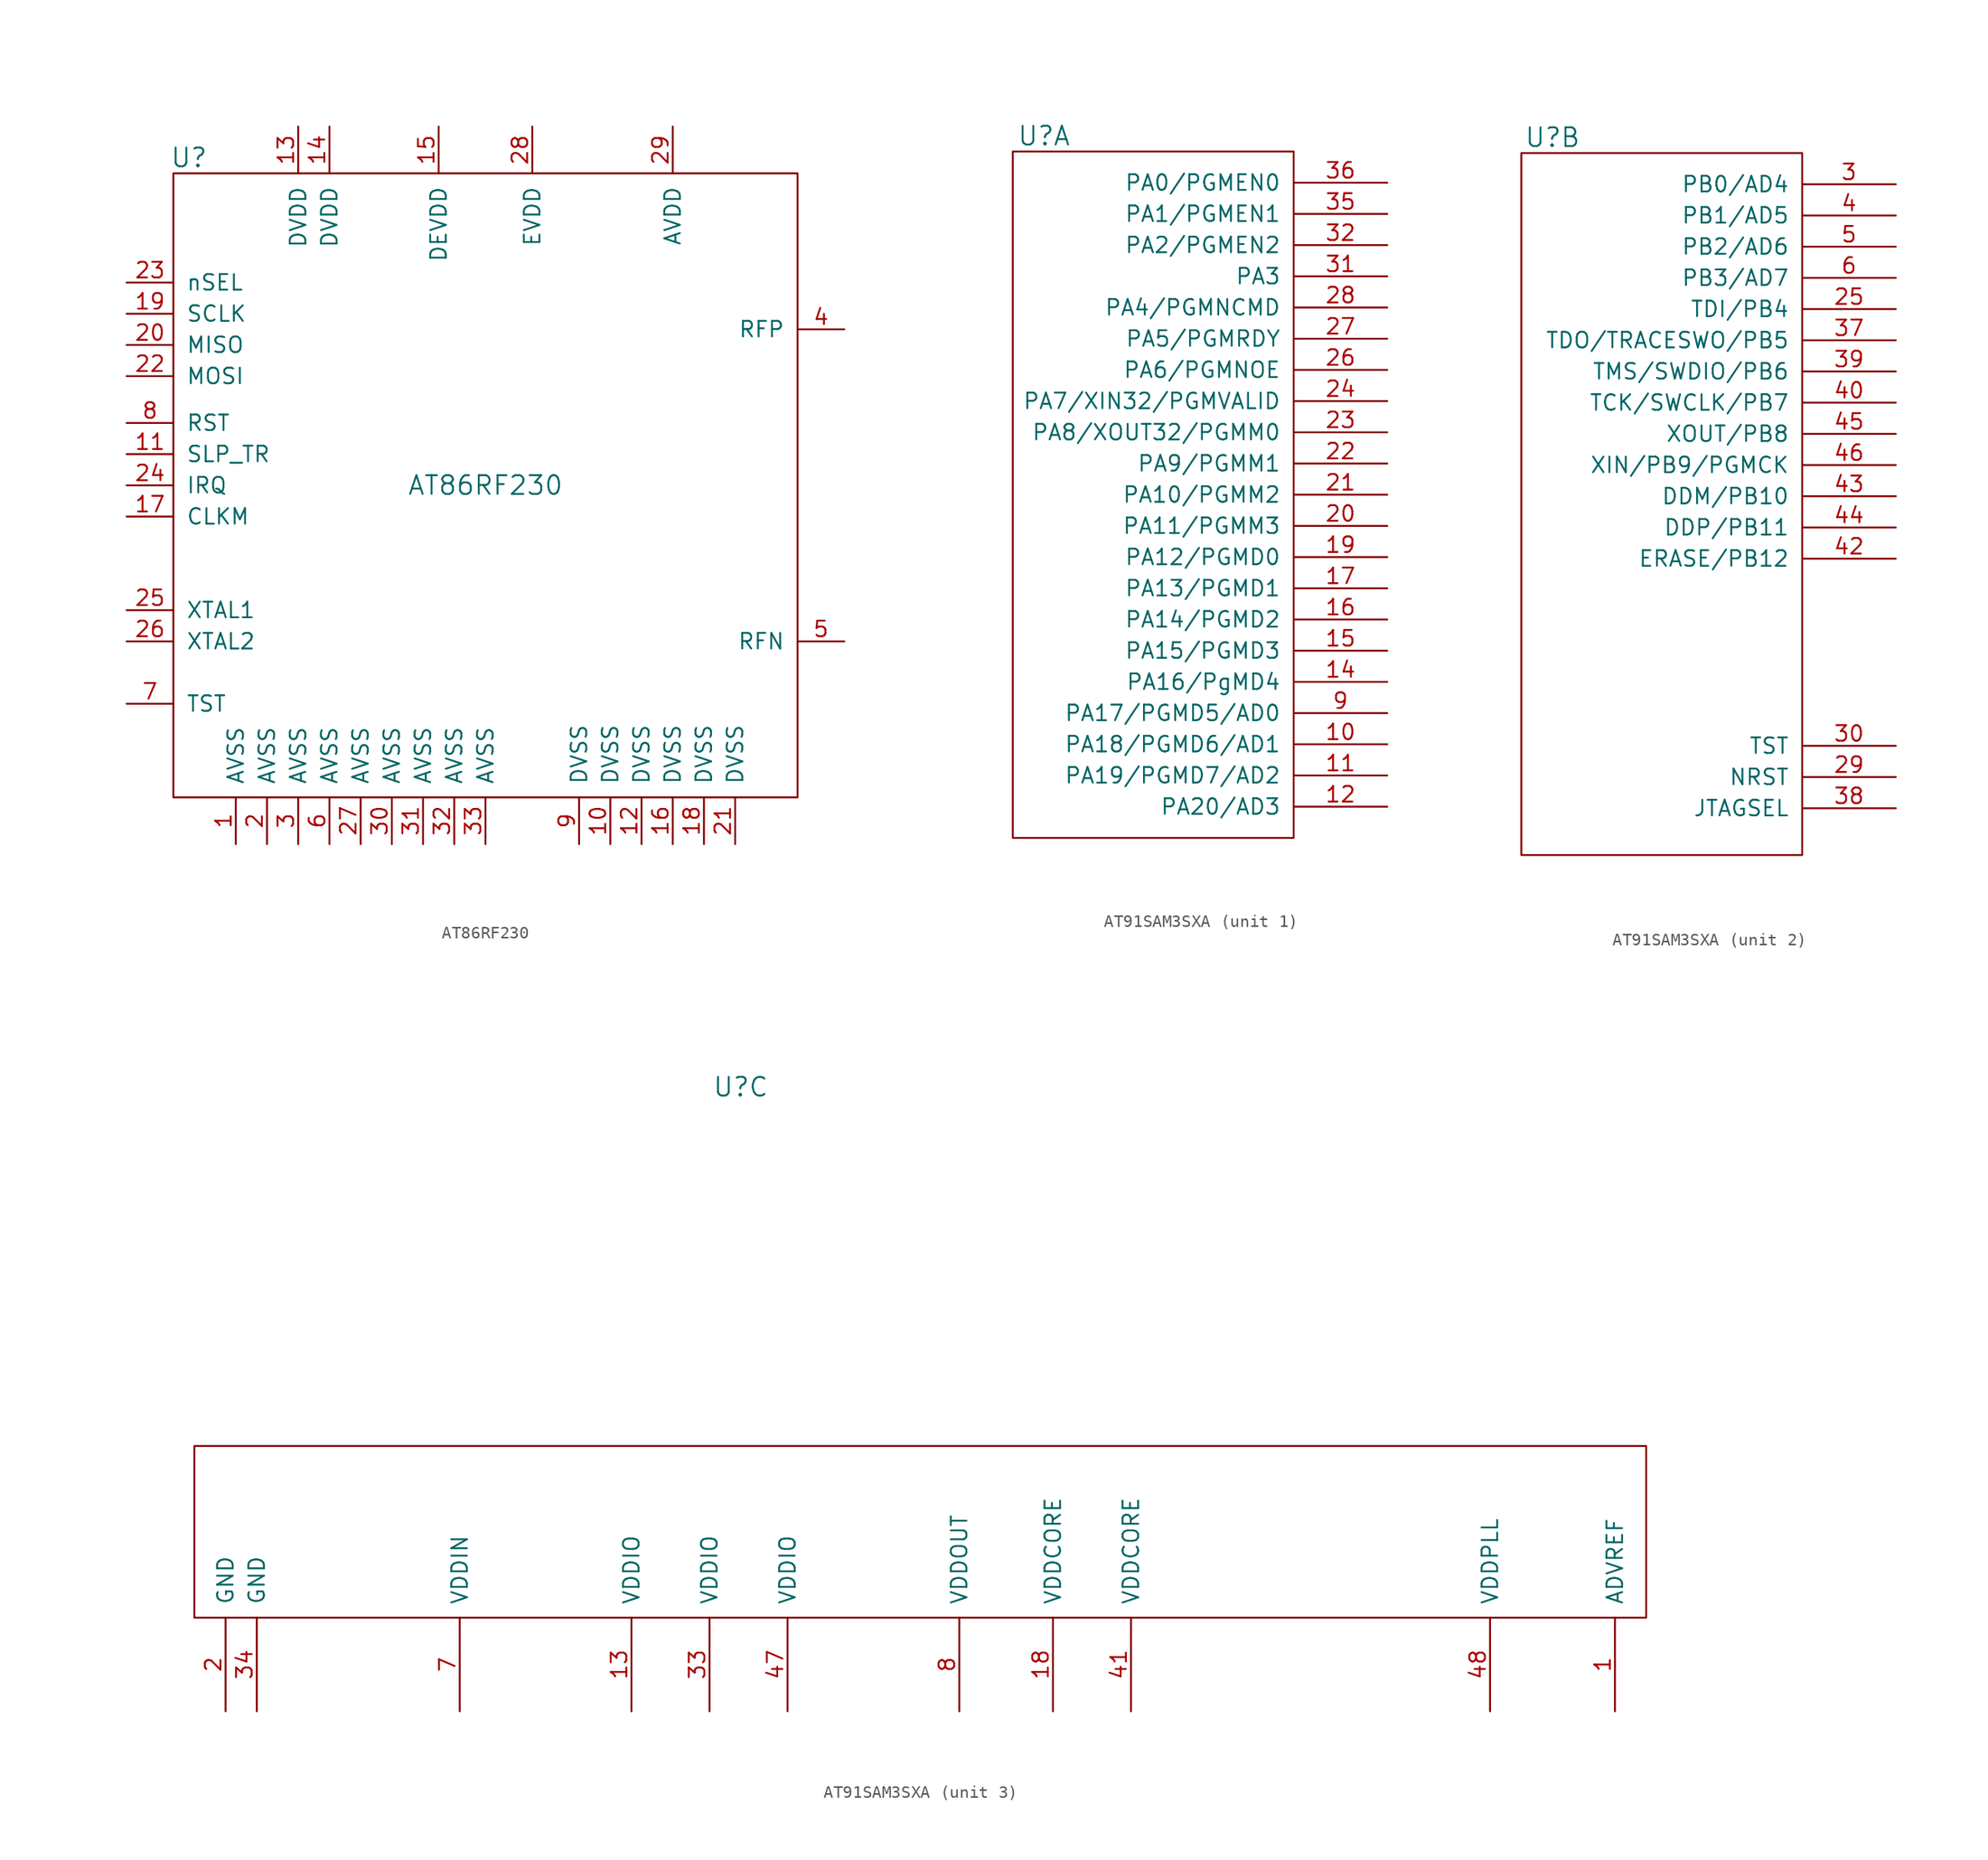
<source format=kicad_sym>
(kicad_symbol_lib
  (version 20210619)
  (generator kicad_symbol_editor)
  (symbol "tinkerforge:AT86RF230"
    (pin_names
      (offset 1.016))
    (property "Reference" "U"
      (at -24.13 26.67 0)
      (effects (font (size 1.524 1.524))))
    (property "Value" "AT86RF230"
      (at 0 0 0)
      (effects (font (size 1.524 1.524))))
    (property "Footprint" ""
      (at 0 0 0)
      (effects (font (size 1.524 1.524))))
    (property "Datasheet" ""
      (at 0 0 0)
      (effects (font (size 1.524 1.524))))
    (symbol "AT86RF230_0_1"
      (rectangle (start -25.4 25.4) (end 25.4 -25.4) (stroke (width 0)) (fill (type none))))
    (symbol "AT86RF230_1_1"
      (pin passive line (at -20.32 -29.21 90) (length 3.81) (name "AVSS" (effects (font (size 1.27 1.27)))) (number "1" (effects (font (size 1.27 1.27)))))
      (pin passive line (at 10.16 -29.21 90) (length 3.81) (name "DVSS" (effects (font (size 1.27 1.27)))) (number "10" (effects (font (size 1.27 1.27)))))
      (pin passive line (at -29.21 2.54 0) (length 3.81) (name "SLP_TR" (effects (font (size 1.27 1.27)))) (number "11" (effects (font (size 1.27 1.27)))))
      (pin passive line (at 12.7 -29.21 90) (length 3.81) (name "DVSS" (effects (font (size 1.27 1.27)))) (number "12" (effects (font (size 1.27 1.27)))))
      (pin passive line (at -15.24 29.21 270) (length 3.81) (name "DVDD" (effects (font (size 1.27 1.27)))) (number "13" (effects (font (size 1.27 1.27)))))
      (pin passive line (at -12.7 29.21 270) (length 3.81) (name "DVDD" (effects (font (size 1.27 1.27)))) (number "14" (effects (font (size 1.27 1.27)))))
      (pin passive line (at -3.81 29.21 270) (length 3.81) (name "DEVDD" (effects (font (size 1.27 1.27)))) (number "15" (effects (font (size 1.27 1.27)))))
      (pin passive line (at 15.24 -29.21 90) (length 3.81) (name "DVSS" (effects (font (size 1.27 1.27)))) (number "16" (effects (font (size 1.27 1.27)))))
      (pin passive line (at -29.21 -2.54 0) (length 3.81) (name "CLKM" (effects (font (size 1.27 1.27)))) (number "17" (effects (font (size 1.27 1.27)))))
      (pin passive line (at 17.78 -29.21 90) (length 3.81) (name "DVSS" (effects (font (size 1.27 1.27)))) (number "18" (effects (font (size 1.27 1.27)))))
      (pin passive line (at -29.21 13.97 0) (length 3.81) (name "SCLK" (effects (font (size 1.27 1.27)))) (number "19" (effects (font (size 1.27 1.27)))))
      (pin passive line (at -17.78 -29.21 90) (length 3.81) (name "AVSS" (effects (font (size 1.27 1.27)))) (number "2" (effects (font (size 1.27 1.27)))))
      (pin passive line (at -29.21 11.43 0) (length 3.81) (name "MISO" (effects (font (size 1.27 1.27)))) (number "20" (effects (font (size 1.27 1.27)))))
      (pin passive line (at 20.32 -29.21 90) (length 3.81) (name "DVSS" (effects (font (size 1.27 1.27)))) (number "21" (effects (font (size 1.27 1.27)))))
      (pin passive line (at -29.21 8.89 0) (length 3.81) (name "MOSI" (effects (font (size 1.27 1.27)))) (number "22" (effects (font (size 1.27 1.27)))))
      (pin passive line (at -29.21 16.51 0) (length 3.81) (name "nSEL" (effects (font (size 1.27 1.27)))) (number "23" (effects (font (size 1.27 1.27)))))
      (pin passive line (at -29.21 0 0) (length 3.81) (name "IRQ" (effects (font (size 1.27 1.27)))) (number "24" (effects (font (size 1.27 1.27)))))
      (pin passive line (at -29.21 -10.16 0) (length 3.81) (name "XTAL1" (effects (font (size 1.27 1.27)))) (number "25" (effects (font (size 1.27 1.27)))))
      (pin passive line (at -29.21 -12.7 0) (length 3.81) (name "XTAL2" (effects (font (size 1.27 1.27)))) (number "26" (effects (font (size 1.27 1.27)))))
      (pin passive line (at -10.16 -29.21 90) (length 3.81) (name "AVSS" (effects (font (size 1.27 1.27)))) (number "27" (effects (font (size 1.27 1.27)))))
      (pin passive line (at 3.81 29.21 270) (length 3.81) (name "EVDD" (effects (font (size 1.27 1.27)))) (number "28" (effects (font (size 1.27 1.27)))))
      (pin passive line (at 15.24 29.21 270) (length 3.81) (name "AVDD" (effects (font (size 1.27 1.27)))) (number "29" (effects (font (size 1.27 1.27)))))
      (pin passive line (at -15.24 -29.21 90) (length 3.81) (name "AVSS" (effects (font (size 1.27 1.27)))) (number "3" (effects (font (size 1.27 1.27)))))
      (pin passive line (at -7.62 -29.21 90) (length 3.81) (name "AVSS" (effects (font (size 1.27 1.27)))) (number "30" (effects (font (size 1.27 1.27)))))
      (pin passive line (at -5.08 -29.21 90) (length 3.81) (name "AVSS" (effects (font (size 1.27 1.27)))) (number "31" (effects (font (size 1.27 1.27)))))
      (pin passive line (at -2.54 -29.21 90) (length 3.81) (name "AVSS" (effects (font (size 1.27 1.27)))) (number "32" (effects (font (size 1.27 1.27)))))
      (pin passive line (at 0 -29.21 90) (length 3.81) (name "AVSS" (effects (font (size 1.27 1.27)))) (number "33" (effects (font (size 1.27 1.27)))))
      (pin passive line (at 29.21 12.7 180) (length 3.81) (name "RFP" (effects (font (size 1.27 1.27)))) (number "4" (effects (font (size 1.27 1.27)))))
      (pin passive line (at 29.21 -12.7 180) (length 3.81) (name "RFN" (effects (font (size 1.27 1.27)))) (number "5" (effects (font (size 1.27 1.27)))))
      (pin passive line (at -12.7 -29.21 90) (length 3.81) (name "AVSS" (effects (font (size 1.27 1.27)))) (number "6" (effects (font (size 1.27 1.27)))))
      (pin passive line (at -29.21 -17.78 0) (length 3.81) (name "TST" (effects (font (size 1.27 1.27)))) (number "7" (effects (font (size 1.27 1.27)))))
      (pin passive line (at -29.21 5.08 0) (length 3.81) (name "RST" (effects (font (size 1.27 1.27)))) (number "8" (effects (font (size 1.27 1.27)))))
      (pin passive line (at 7.62 -29.21 90) (length 3.81) (name "DVSS" (effects (font (size 1.27 1.27)))) (number "9" (effects (font (size 1.27 1.27)))))))
  (symbol "tinkerforge:AT91SAM3SXA"
    (pin_names
      (offset 1.016))
    (property "Reference" "U"
      (at 2.54 29.21 0)
      (effects (font (size 1.524 1.524))))
    (property "Footprint" ""
      (at 0 0 0)
      (effects (font (size 1.524 1.524))))
    (property "Datasheet" ""
      (at 0 0 0)
      (effects (font (size 1.524 1.524))))
    (symbol "AT91SAM3SXA_1_0"
      (rectangle (start 0 27.94) (end 22.86 -27.94) (stroke (width 0)) (fill (type none))))
    (symbol "AT91SAM3SXA_1_1"
      (pin bidirectional line (at 30.48 -20.32 180) (length 7.62) (name "PA18/PGMD6/AD1" (effects (font (size 1.27 1.27)))) (number "10" (effects (font (size 1.27 1.27)))))
      (pin bidirectional line (at 30.48 -22.86 180) (length 7.62) (name "PA19/PGMD7/AD2" (effects (font (size 1.27 1.27)))) (number "11" (effects (font (size 1.27 1.27)))))
      (pin bidirectional line (at 30.48 -25.4 180) (length 7.62) (name "PA20/AD3" (effects (font (size 1.27 1.27)))) (number "12" (effects (font (size 1.27 1.27)))))
      (pin bidirectional line (at 30.48 -15.24 180) (length 7.62) (name "PA16/PgMD4" (effects (font (size 1.27 1.27)))) (number "14" (effects (font (size 1.27 1.27)))))
      (pin bidirectional line (at 30.48 -12.7 180) (length 7.62) (name "PA15/PGMD3" (effects (font (size 1.27 1.27)))) (number "15" (effects (font (size 1.27 1.27)))))
      (pin bidirectional line (at 30.48 -10.16 180) (length 7.62) (name "PA14/PGMD2" (effects (font (size 1.27 1.27)))) (number "16" (effects (font (size 1.27 1.27)))))
      (pin bidirectional line (at 30.48 -7.62 180) (length 7.62) (name "PA13/PGMD1" (effects (font (size 1.27 1.27)))) (number "17" (effects (font (size 1.27 1.27)))))
      (pin bidirectional line (at 30.48 -5.08 180) (length 7.62) (name "PA12/PGMD0" (effects (font (size 1.27 1.27)))) (number "19" (effects (font (size 1.27 1.27)))))
      (pin bidirectional line (at 30.48 -2.54 180) (length 7.62) (name "PA11/PGMM3" (effects (font (size 1.27 1.27)))) (number "20" (effects (font (size 1.27 1.27)))))
      (pin bidirectional line (at 30.48 0 180) (length 7.62) (name "PA10/PGMM2" (effects (font (size 1.27 1.27)))) (number "21" (effects (font (size 1.27 1.27)))))
      (pin bidirectional line (at 30.48 2.54 180) (length 7.62) (name "PA9/PGMM1" (effects (font (size 1.27 1.27)))) (number "22" (effects (font (size 1.27 1.27)))))
      (pin bidirectional line (at 30.48 5.08 180) (length 7.62) (name "PA8/XOUT32/PGMM0" (effects (font (size 1.27 1.27)))) (number "23" (effects (font (size 1.27 1.27)))))
      (pin bidirectional line (at 30.48 7.62 180) (length 7.62) (name "PA7/XIN32/PGMVALID" (effects (font (size 1.27 1.27)))) (number "24" (effects (font (size 1.27 1.27)))))
      (pin bidirectional line (at 30.48 10.16 180) (length 7.62) (name "PA6/PGMNOE" (effects (font (size 1.27 1.27)))) (number "26" (effects (font (size 1.27 1.27)))))
      (pin bidirectional line (at 30.48 12.7 180) (length 7.62) (name "PA5/PGMRDY" (effects (font (size 1.27 1.27)))) (number "27" (effects (font (size 1.27 1.27)))))
      (pin bidirectional line (at 30.48 15.24 180) (length 7.62) (name "PA4/PGMNCMD" (effects (font (size 1.27 1.27)))) (number "28" (effects (font (size 1.27 1.27)))))
      (pin bidirectional line (at 30.48 17.78 180) (length 7.62) (name "PA3" (effects (font (size 1.27 1.27)))) (number "31" (effects (font (size 1.27 1.27)))))
      (pin bidirectional line (at 30.48 20.32 180) (length 7.62) (name "PA2/PGMEN2" (effects (font (size 1.27 1.27)))) (number "32" (effects (font (size 1.27 1.27)))))
      (pin bidirectional line (at 30.48 22.86 180) (length 7.62) (name "PA1/PGMEN1" (effects (font (size 1.27 1.27)))) (number "35" (effects (font (size 1.27 1.27)))))
      (pin bidirectional line (at 30.48 25.4 180) (length 7.62) (name "PA0/PGMEN0" (effects (font (size 1.27 1.27)))) (number "36" (effects (font (size 1.27 1.27)))))
      (pin bidirectional line (at 30.48 -17.78 180) (length 7.62) (name "PA17/PGMD5/AD0" (effects (font (size 1.27 1.27)))) (number "9" (effects (font (size 1.27 1.27))))))
    (symbol "AT91SAM3SXA_2_0"
      (rectangle (start 0 -29.21) (end 22.86 27.94) (stroke (width 0)) (fill (type none))))
    (symbol "AT91SAM3SXA_2_1"
      (pin bidirectional line (at 30.48 15.24 180) (length 7.62) (name "TDI/PB4" (effects (font (size 1.27 1.27)))) (number "25" (effects (font (size 1.27 1.27)))))
      (pin bidirectional line (at 30.48 -22.86 180) (length 7.62) (name "NRST" (effects (font (size 1.27 1.27)))) (number "29" (effects (font (size 1.27 1.27)))))
      (pin bidirectional line (at 30.48 25.4 180) (length 7.62) (name "PB0/AD4" (effects (font (size 1.27 1.27)))) (number "3" (effects (font (size 1.27 1.27)))))
      (pin bidirectional line (at 30.48 -20.32 180) (length 7.62) (name "TST" (effects (font (size 1.27 1.27)))) (number "30" (effects (font (size 1.27 1.27)))))
      (pin bidirectional line (at 30.48 12.7 180) (length 7.62) (name "TDO/TRACESWO/PB5" (effects (font (size 1.27 1.27)))) (number "37" (effects (font (size 1.27 1.27)))))
      (pin bidirectional line (at 30.48 -25.4 180) (length 7.62) (name "JTAGSEL" (effects (font (size 1.27 1.27)))) (number "38" (effects (font (size 1.27 1.27)))))
      (pin bidirectional line (at 30.48 10.16 180) (length 7.62) (name "TMS/SWDIO/PB6" (effects (font (size 1.27 1.27)))) (number "39" (effects (font (size 1.27 1.27)))))
      (pin bidirectional line (at 30.48 22.86 180) (length 7.62) (name "PB1/AD5" (effects (font (size 1.27 1.27)))) (number "4" (effects (font (size 1.27 1.27)))))
      (pin bidirectional line (at 30.48 7.62 180) (length 7.62) (name "TCK/SWCLK/PB7" (effects (font (size 1.27 1.27)))) (number "40" (effects (font (size 1.27 1.27)))))
      (pin bidirectional line (at 30.48 -5.08 180) (length 7.62) (name "ERASE/PB12" (effects (font (size 1.27 1.27)))) (number "42" (effects (font (size 1.27 1.27)))))
      (pin bidirectional line (at 30.48 0 180) (length 7.62) (name "DDM/PB10" (effects (font (size 1.27 1.27)))) (number "43" (effects (font (size 1.27 1.27)))))
      (pin bidirectional line (at 30.48 -2.54 180) (length 7.62) (name "DDP/PB11" (effects (font (size 1.27 1.27)))) (number "44" (effects (font (size 1.27 1.27)))))
      (pin bidirectional line (at 30.48 5.08 180) (length 7.62) (name "XOUT/PB8" (effects (font (size 1.27 1.27)))) (number "45" (effects (font (size 1.27 1.27)))))
      (pin bidirectional line (at 30.48 2.54 180) (length 7.62) (name "XIN/PB9/PGMCK" (effects (font (size 1.27 1.27)))) (number "46" (effects (font (size 1.27 1.27)))))
      (pin bidirectional line (at 30.48 20.32 180) (length 7.62) (name "PB2/AD6" (effects (font (size 1.27 1.27)))) (number "5" (effects (font (size 1.27 1.27)))))
      (pin bidirectional line (at 30.48 17.78 180) (length 7.62) (name "PB3/AD7" (effects (font (size 1.27 1.27)))) (number "6" (effects (font (size 1.27 1.27))))))
    (symbol "AT91SAM3SXA_3_0"
      (rectangle (start -41.91 0) (end 76.2 -13.97) (stroke (width 0)) (fill (type none))))
    (symbol "AT91SAM3SXA_3_1"
      (pin power_in line (at 73.66 -21.59 90) (length 7.62) (name "ADVREF" (effects (font (size 1.27 1.27)))) (number "1" (effects (font (size 1.27 1.27)))))
      (pin power_in line (at -6.35 -21.59 90) (length 7.62) (name "VDDIO" (effects (font (size 1.27 1.27)))) (number "13" (effects (font (size 1.27 1.27)))))
      (pin power_in line (at 27.94 -21.59 90) (length 7.62) (name "VDDCORE" (effects (font (size 1.27 1.27)))) (number "18" (effects (font (size 1.27 1.27)))))
      (pin power_in line (at -39.37 -21.59 90) (length 7.62) (name "GND" (effects (font (size 1.27 1.27)))) (number "2" (effects (font (size 1.27 1.27)))))
      (pin power_in line (at 0 -21.59 90) (length 7.62) (name "VDDIO" (effects (font (size 1.27 1.27)))) (number "33" (effects (font (size 1.27 1.27)))))
      (pin power_in line (at -36.83 -21.59 90) (length 7.62) (name "GND" (effects (font (size 1.27 1.27)))) (number "34" (effects (font (size 1.27 1.27)))))
      (pin power_in line (at 34.29 -21.59 90) (length 7.62) (name "VDDCORE" (effects (font (size 1.27 1.27)))) (number "41" (effects (font (size 1.27 1.27)))))
      (pin power_in line (at 6.35 -21.59 90) (length 7.62) (name "VDDIO" (effects (font (size 1.27 1.27)))) (number "47" (effects (font (size 1.27 1.27)))))
      (pin power_in line (at 63.5 -21.59 90) (length 7.62) (name "VDDPLL" (effects (font (size 1.27 1.27)))) (number "48" (effects (font (size 1.27 1.27)))))
      (pin power_in line (at -20.32 -21.59 90) (length 7.62) (name "VDDIN" (effects (font (size 1.27 1.27)))) (number "7" (effects (font (size 1.27 1.27)))))
      (pin power_out line (at 20.32 -21.59 90) (length 7.62) (name "VDDOUT" (effects (font (size 1.27 1.27)))) (number "8" (effects (font (size 1.27 1.27))))))))
</source>
